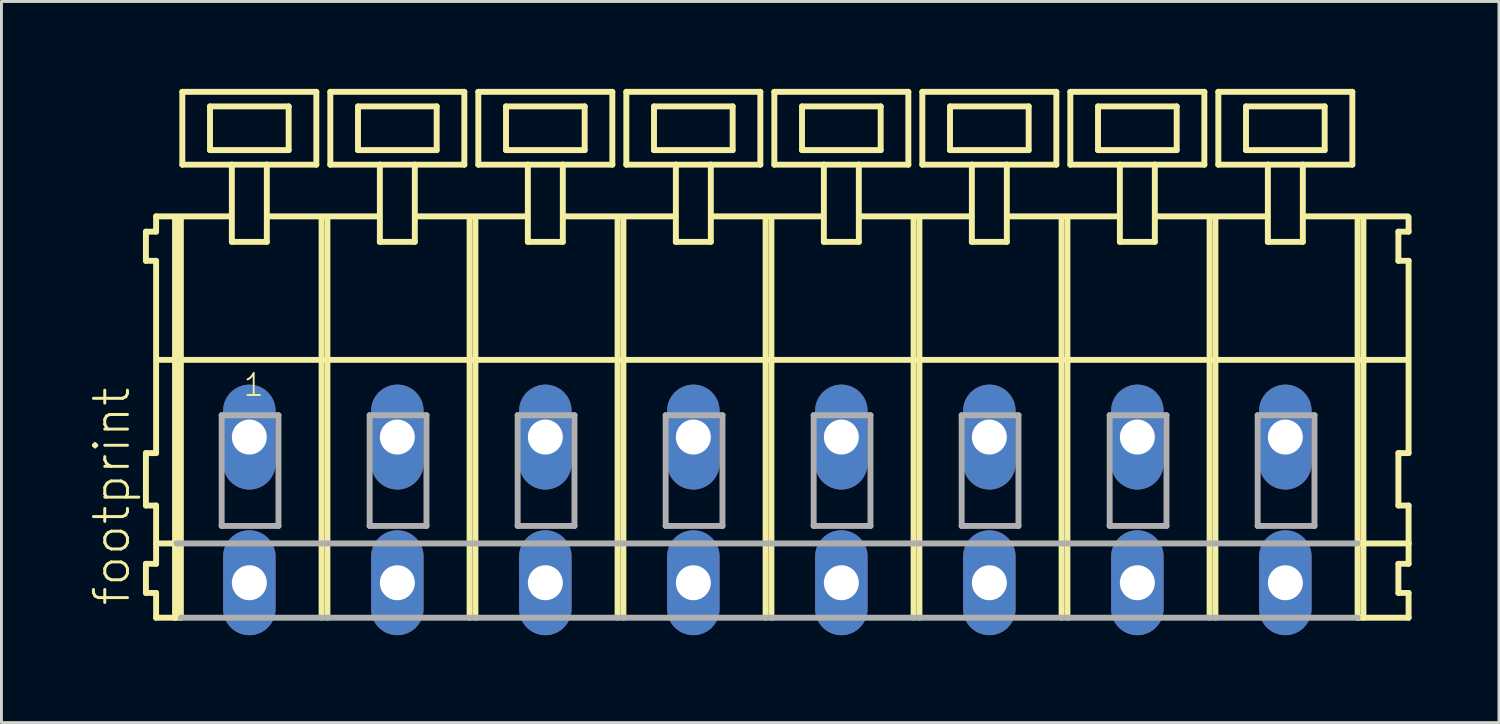
<source format=kicad_pcb>
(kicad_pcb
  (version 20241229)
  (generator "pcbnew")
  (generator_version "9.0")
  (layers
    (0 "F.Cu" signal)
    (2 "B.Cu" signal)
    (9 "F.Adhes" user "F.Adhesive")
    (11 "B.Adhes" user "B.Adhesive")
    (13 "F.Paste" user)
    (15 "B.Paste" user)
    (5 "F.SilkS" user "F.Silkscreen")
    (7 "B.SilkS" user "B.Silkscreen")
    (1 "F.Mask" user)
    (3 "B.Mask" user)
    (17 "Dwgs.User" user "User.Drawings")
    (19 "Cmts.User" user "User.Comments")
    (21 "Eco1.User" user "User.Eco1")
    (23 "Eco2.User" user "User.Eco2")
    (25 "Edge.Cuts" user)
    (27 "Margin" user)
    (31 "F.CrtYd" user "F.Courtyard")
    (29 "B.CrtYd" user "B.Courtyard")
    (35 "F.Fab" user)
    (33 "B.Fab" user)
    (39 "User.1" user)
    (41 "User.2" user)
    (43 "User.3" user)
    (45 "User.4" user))
  (footprint "footprint"
    (layer "F.Cu")
    (at 23.288 11.952)
    (property "Reference" "footprint" (at -21.815 5.855 90) (layer "F.SilkS") (effects (font (size 1.168 1.168) (thickness 0.102)) (justify left bottom)))
    (fp_line (start -21.33 -7.05) (end -21.33 -6.05) (stroke (width 0.203) (type solid)) (layer "F.SilkS"))
    (fp_line (start -21.33 -6.05) (end -20.98 -6.05) (stroke (width 0.203) (type solid)) (layer "F.SilkS"))
    (fp_line (start -21.33 0.55) (end -21.33 2.35) (stroke (width 0.203) (type solid)) (layer "F.SilkS"))
    (fp_line (start -21.33 2.35) (end -20.98 2.35) (stroke (width 0.203) (type solid)) (layer "F.SilkS"))
    (fp_line (start -21.33 4.35) (end -21.33 5.35) (stroke (width 0.203) (type solid)) (layer "F.SilkS"))
    (fp_line (start -21.33 5.35) (end -20.98 5.35) (stroke (width 0.203) (type solid)) (layer "F.SilkS"))
    (fp_line (start -20.98 -7.575) (end -20.98 -7.05) (stroke (width 0.203) (type solid)) (layer "F.SilkS"))
    (fp_line (start -20.98 -7.575) (end -18.405 -7.575) (stroke (width 0.203) (type solid)) (layer "F.SilkS"))
    (fp_line (start -20.98 -7.05) (end -21.33 -7.05) (stroke (width 0.203) (type solid)) (layer "F.SilkS"))
    (fp_line (start -20.98 -6.05) (end -20.98 0.55) (stroke (width 0.203) (type solid)) (layer "F.SilkS"))
    (fp_line (start -20.98 0.55) (end -21.33 0.55) (stroke (width 0.203) (type solid)) (layer "F.SilkS"))
    (fp_line (start -20.98 2.35) (end -20.98 4.35) (stroke (width 0.203) (type solid)) (layer "F.SilkS"))
    (fp_line (start -20.98 3.65) (end -20.28 3.65) (stroke (width 0.203) (type solid)) (layer "F.SilkS"))
    (fp_line (start -20.98 4.35) (end -21.33 4.35) (stroke (width 0.203) (type solid)) (layer "F.SilkS"))
    (fp_line (start -20.98 5.35) (end -20.98 6.2) (stroke (width 0.203) (type solid)) (layer "F.SilkS"))
    (fp_line (start -20.98 6.2) (end -20.33 6.2) (stroke (width 0.203) (type solid)) (layer "F.SilkS"))
    (fp_line (start -20.93 -2.65) (end 20.26 -2.65) (stroke (width 0.203) (type solid)) (layer "F.SilkS"))
    (fp_line (start -20.33 -7.55) (end -20.33 6.2) (stroke (width 0.203) (type solid)) (layer "F.SilkS"))
    (fp_line (start -20.33 6.2) (end -20.13 6.2) (stroke (width 0.203) (type solid)) (layer "F.SilkS"))
    (fp_line (start -20.13 -7.55) (end -20.13 6.2) (stroke (width 0.203) (type solid)) (layer "F.SilkS"))
    (fp_line (start -20.08 -11.85) (end -20.08 -9.35) (stroke (width 0.203) (type solid)) (layer "F.SilkS"))
    (fp_line (start -20.08 -9.35) (end -18.38 -9.35) (stroke (width 0.203) (type solid)) (layer "F.SilkS"))
    (fp_line (start -19.13 -11.35) (end -19.13 -9.85) (stroke (width 0.203) (type solid)) (layer "F.SilkS"))
    (fp_line (start -19.13 -9.85) (end -16.43 -9.85) (stroke (width 0.203) (type solid)) (layer "F.SilkS"))
    (fp_line (start -18.38 -9.35) (end -18.38 -6.7) (stroke (width 0.203) (type solid)) (layer "F.SilkS"))
    (fp_line (start -18.38 -9.35) (end -17.18 -9.35) (stroke (width 0.203) (type solid)) (layer "F.SilkS"))
    (fp_line (start -18.38 -6.7) (end -17.18 -6.7) (stroke (width 0.203) (type solid)) (layer "F.SilkS"))
    (fp_line (start -17.18 -9.35) (end -15.48 -9.35) (stroke (width 0.203) (type solid)) (layer "F.SilkS"))
    (fp_line (start -17.18 -6.7) (end -17.18 -9.35) (stroke (width 0.203) (type solid)) (layer "F.SilkS"))
    (fp_line (start -17.155 -7.575) (end -13.321 -7.575) (stroke (width 0.203) (type solid)) (layer "F.SilkS"))
    (fp_line (start -16.43 -11.35) (end -19.13 -11.35) (stroke (width 0.203) (type solid)) (layer "F.SilkS"))
    (fp_line (start -16.43 -9.85) (end -16.43 -11.35) (stroke (width 0.203) (type solid)) (layer "F.SilkS"))
    (fp_line (start -15.48 -11.85) (end -20.08 -11.85) (stroke (width 0.203) (type solid)) (layer "F.SilkS"))
    (fp_line (start -15.48 -9.35) (end -15.48 -11.85) (stroke (width 0.203) (type solid)) (layer "F.SilkS"))
    (fp_line (start -15.3 -7.55) (end -15.3 6.2) (stroke (width 0.203) (type solid)) (layer "F.SilkS"))
    (fp_line (start -15.1 -7.55) (end -15.1 6.2) (stroke (width 0.203) (type solid)) (layer "F.SilkS"))
    (fp_line (start -15 -11.85) (end -15 -9.35) (stroke (width 0.203) (type solid)) (layer "F.SilkS"))
    (fp_line (start -15 -9.35) (end -13.3 -9.35) (stroke (width 0.203) (type solid)) (layer "F.SilkS"))
    (fp_line (start -14.05 -11.35) (end -14.05 -9.85) (stroke (width 0.203) (type solid)) (layer "F.SilkS"))
    (fp_line (start -14.05 -9.85) (end -11.35 -9.85) (stroke (width 0.203) (type solid)) (layer "F.SilkS"))
    (fp_line (start -13.3 -9.35) (end -13.3 -6.7) (stroke (width 0.203) (type solid)) (layer "F.SilkS"))
    (fp_line (start -13.3 -9.35) (end -12.1 -9.35) (stroke (width 0.203) (type solid)) (layer "F.SilkS"))
    (fp_line (start -13.3 -6.7) (end -12.1 -6.7) (stroke (width 0.203) (type solid)) (layer "F.SilkS"))
    (fp_line (start -12.1 -9.35) (end -10.4 -9.35) (stroke (width 0.203) (type solid)) (layer "F.SilkS"))
    (fp_line (start -12.1 -6.7) (end -12.1 -9.35) (stroke (width 0.203) (type solid)) (layer "F.SilkS"))
    (fp_line (start -12.075 -7.575) (end -8.23 -7.575) (stroke (width 0.203) (type solid)) (layer "F.SilkS"))
    (fp_line (start -11.35 -11.35) (end -14.05 -11.35) (stroke (width 0.203) (type solid)) (layer "F.SilkS"))
    (fp_line (start -11.35 -9.85) (end -11.35 -11.35) (stroke (width 0.203) (type solid)) (layer "F.SilkS"))
    (fp_line (start -10.4 -11.85) (end -15 -11.85) (stroke (width 0.203) (type solid)) (layer "F.SilkS"))
    (fp_line (start -10.4 -9.35) (end -10.4 -11.85) (stroke (width 0.203) (type solid)) (layer "F.SilkS"))
    (fp_line (start -10.22 -7.55) (end -10.22 6.2) (stroke (width 0.203) (type solid)) (layer "F.SilkS"))
    (fp_line (start -10.02 -7.55) (end -10.02 6.2) (stroke (width 0.203) (type solid)) (layer "F.SilkS"))
    (fp_line (start -9.92 -11.85) (end -9.92 -9.35) (stroke (width 0.203) (type solid)) (layer "F.SilkS"))
    (fp_line (start -9.92 -9.35) (end -8.22 -9.35) (stroke (width 0.203) (type solid)) (layer "F.SilkS"))
    (fp_line (start -8.97 -11.35) (end -8.97 -9.85) (stroke (width 0.203) (type solid)) (layer "F.SilkS"))
    (fp_line (start -8.97 -9.85) (end -6.27 -9.85) (stroke (width 0.203) (type solid)) (layer "F.SilkS"))
    (fp_line (start -8.22 -9.35) (end -8.22 -6.7) (stroke (width 0.203) (type solid)) (layer "F.SilkS"))
    (fp_line (start -8.22 -9.35) (end -7.02 -9.35) (stroke (width 0.203) (type solid)) (layer "F.SilkS"))
    (fp_line (start -8.22 -6.7) (end -7.02 -6.7) (stroke (width 0.203) (type solid)) (layer "F.SilkS"))
    (fp_line (start -7.02 -9.35) (end -5.32 -9.35) (stroke (width 0.203) (type solid)) (layer "F.SilkS"))
    (fp_line (start -7.02 -6.7) (end -7.02 -9.35) (stroke (width 0.203) (type solid)) (layer "F.SilkS"))
    (fp_line (start -6.995 -7.575) (end -3.15 -7.575) (stroke (width 0.203) (type solid)) (layer "F.SilkS"))
    (fp_line (start -6.27 -11.35) (end -8.97 -11.35) (stroke (width 0.203) (type solid)) (layer "F.SilkS"))
    (fp_line (start -6.27 -9.85) (end -6.27 -11.35) (stroke (width 0.203) (type solid)) (layer "F.SilkS"))
    (fp_line (start -5.32 -11.85) (end -9.92 -11.85) (stroke (width 0.203) (type solid)) (layer "F.SilkS"))
    (fp_line (start -5.32 -9.35) (end -5.32 -11.85) (stroke (width 0.203) (type solid)) (layer "F.SilkS"))
    (fp_line (start -5.14 -7.55) (end -5.14 6.2) (stroke (width 0.203) (type solid)) (layer "F.SilkS"))
    (fp_line (start -4.94 -7.55) (end -4.94 6.2) (stroke (width 0.203) (type solid)) (layer "F.SilkS"))
    (fp_line (start -4.84 -11.85) (end -4.84 -9.35) (stroke (width 0.203) (type solid)) (layer "F.SilkS"))
    (fp_line (start -4.84 -9.35) (end -3.14 -9.35) (stroke (width 0.203) (type solid)) (layer "F.SilkS"))
    (fp_line (start -3.89 -11.35) (end -3.89 -9.85) (stroke (width 0.203) (type solid)) (layer "F.SilkS"))
    (fp_line (start -3.89 -9.85) (end -1.19 -9.85) (stroke (width 0.203) (type solid)) (layer "F.SilkS"))
    (fp_line (start -3.14 -9.35) (end -3.14 -6.7) (stroke (width 0.203) (type solid)) (layer "F.SilkS"))
    (fp_line (start -3.14 -9.35) (end -1.94 -9.35) (stroke (width 0.203) (type solid)) (layer "F.SilkS"))
    (fp_line (start -3.14 -6.7) (end -1.94 -6.7) (stroke (width 0.203) (type solid)) (layer "F.SilkS"))
    (fp_line (start -1.94 -9.35) (end -0.24 -9.35) (stroke (width 0.203) (type solid)) (layer "F.SilkS"))
    (fp_line (start -1.94 -6.7) (end -1.94 -9.35) (stroke (width 0.203) (type solid)) (layer "F.SilkS"))
    (fp_line (start -1.915 -7.575) (end 1.93 -7.575) (stroke (width 0.203) (type solid)) (layer "F.SilkS"))
    (fp_line (start -1.19 -11.35) (end -3.89 -11.35) (stroke (width 0.203) (type solid)) (layer "F.SilkS"))
    (fp_line (start -1.19 -9.85) (end -1.19 -11.35) (stroke (width 0.203) (type solid)) (layer "F.SilkS"))
    (fp_line (start -0.24 -11.85) (end -4.84 -11.85) (stroke (width 0.203) (type solid)) (layer "F.SilkS"))
    (fp_line (start -0.24 -9.35) (end -0.24 -11.85) (stroke (width 0.203) (type solid)) (layer "F.SilkS"))
    (fp_line (start -0.06 -7.55) (end -0.06 6.2) (stroke (width 0.203) (type solid)) (layer "F.SilkS"))
    (fp_line (start 0.14 -7.55) (end 0.14 6.2) (stroke (width 0.203) (type solid)) (layer "F.SilkS"))
    (fp_line (start 0.24 -11.85) (end 0.24 -9.35) (stroke (width 0.203) (type solid)) (layer "F.SilkS"))
    (fp_line (start 0.24 -9.35) (end 1.94 -9.35) (stroke (width 0.203) (type solid)) (layer "F.SilkS"))
    (fp_line (start 1.19 -11.35) (end 1.19 -9.85) (stroke (width 0.203) (type solid)) (layer "F.SilkS"))
    (fp_line (start 1.19 -9.85) (end 3.89 -9.85) (stroke (width 0.203) (type solid)) (layer "F.SilkS"))
    (fp_line (start 1.94 -9.35) (end 1.94 -6.7) (stroke (width 0.203) (type solid)) (layer "F.SilkS"))
    (fp_line (start 1.94 -9.35) (end 3.14 -9.35) (stroke (width 0.203) (type solid)) (layer "F.SilkS"))
    (fp_line (start 1.94 -6.7) (end 3.14 -6.7) (stroke (width 0.203) (type solid)) (layer "F.SilkS"))
    (fp_line (start 3.14 -9.35) (end 4.84 -9.35) (stroke (width 0.203) (type solid)) (layer "F.SilkS"))
    (fp_line (start 3.14 -6.7) (end 3.14 -9.35) (stroke (width 0.203) (type solid)) (layer "F.SilkS"))
    (fp_line (start 3.165 -7.575) (end 7.01 -7.575) (stroke (width 0.203) (type solid)) (layer "F.SilkS"))
    (fp_line (start 3.89 -11.35) (end 1.19 -11.35) (stroke (width 0.203) (type solid)) (layer "F.SilkS"))
    (fp_line (start 3.89 -9.85) (end 3.89 -11.35) (stroke (width 0.203) (type solid)) (layer "F.SilkS"))
    (fp_line (start 4.84 -11.85) (end 0.24 -11.85) (stroke (width 0.203) (type solid)) (layer "F.SilkS"))
    (fp_line (start 4.84 -9.35) (end 4.84 -11.85) (stroke (width 0.203) (type solid)) (layer "F.SilkS"))
    (fp_line (start 5.02 -7.55) (end 5.02 6.2) (stroke (width 0.203) (type solid)) (layer "F.SilkS"))
    (fp_line (start 5.22 -7.55) (end 5.22 6.2) (stroke (width 0.203) (type solid)) (layer "F.SilkS"))
    (fp_line (start 5.32 -11.85) (end 5.32 -9.35) (stroke (width 0.203) (type solid)) (layer "F.SilkS"))
    (fp_line (start 5.32 -9.35) (end 7.02 -9.35) (stroke (width 0.203) (type solid)) (layer "F.SilkS"))
    (fp_line (start 6.27 -11.35) (end 6.27 -9.85) (stroke (width 0.203) (type solid)) (layer "F.SilkS"))
    (fp_line (start 6.27 -9.85) (end 8.97 -9.85) (stroke (width 0.203) (type solid)) (layer "F.SilkS"))
    (fp_line (start 7.02 -9.35) (end 7.02 -6.7) (stroke (width 0.203) (type solid)) (layer "F.SilkS"))
    (fp_line (start 7.02 -9.35) (end 8.22 -9.35) (stroke (width 0.203) (type solid)) (layer "F.SilkS"))
    (fp_line (start 7.02 -6.7) (end 8.22 -6.7) (stroke (width 0.203) (type solid)) (layer "F.SilkS"))
    (fp_line (start 8.22 -9.35) (end 9.92 -9.35) (stroke (width 0.203) (type solid)) (layer "F.SilkS"))
    (fp_line (start 8.22 -6.7) (end 8.22 -9.35) (stroke (width 0.203) (type solid)) (layer "F.SilkS"))
    (fp_line (start 8.245 -7.575) (end 12.09 -7.575) (stroke (width 0.203) (type solid)) (layer "F.SilkS"))
    (fp_line (start 8.97 -11.35) (end 6.27 -11.35) (stroke (width 0.203) (type solid)) (layer "F.SilkS"))
    (fp_line (start 8.97 -9.85) (end 8.97 -11.35) (stroke (width 0.203) (type solid)) (layer "F.SilkS"))
    (fp_line (start 9.92 -11.85) (end 5.32 -11.85) (stroke (width 0.203) (type solid)) (layer "F.SilkS"))
    (fp_line (start 9.92 -9.35) (end 9.92 -11.85) (stroke (width 0.203) (type solid)) (layer "F.SilkS"))
    (fp_line (start 10.1 -7.55) (end 10.1 6.2) (stroke (width 0.203) (type solid)) (layer "F.SilkS"))
    (fp_line (start 10.3 -7.55) (end 10.3 6.2) (stroke (width 0.203) (type solid)) (layer "F.SilkS"))
    (fp_line (start 10.4 -11.85) (end 10.4 -9.35) (stroke (width 0.203) (type solid)) (layer "F.SilkS"))
    (fp_line (start 10.4 -9.35) (end 12.1 -9.35) (stroke (width 0.203) (type solid)) (layer "F.SilkS"))
    (fp_line (start 11.35 -11.35) (end 11.35 -9.85) (stroke (width 0.203) (type solid)) (layer "F.SilkS"))
    (fp_line (start 11.35 -9.85) (end 14.05 -9.85) (stroke (width 0.203) (type solid)) (layer "F.SilkS"))
    (fp_line (start 12.1 -9.35) (end 12.1 -6.7) (stroke (width 0.203) (type solid)) (layer "F.SilkS"))
    (fp_line (start 12.1 -9.35) (end 13.3 -9.35) (stroke (width 0.203) (type solid)) (layer "F.SilkS"))
    (fp_line (start 12.1 -6.7) (end 13.3 -6.7) (stroke (width 0.203) (type solid)) (layer "F.SilkS"))
    (fp_line (start 13.3 -9.35) (end 15 -9.35) (stroke (width 0.203) (type solid)) (layer "F.SilkS"))
    (fp_line (start 13.3 -6.7) (end 13.3 -9.35) (stroke (width 0.203) (type solid)) (layer "F.SilkS"))
    (fp_line (start 13.325 -7.575) (end 17.17 -7.575) (stroke (width 0.203) (type solid)) (layer "F.SilkS"))
    (fp_line (start 14.05 -11.35) (end 11.35 -11.35) (stroke (width 0.203) (type solid)) (layer "F.SilkS"))
    (fp_line (start 14.05 -9.85) (end 14.05 -11.35) (stroke (width 0.203) (type solid)) (layer "F.SilkS"))
    (fp_line (start 15 -11.85) (end 10.4 -11.85) (stroke (width 0.203) (type solid)) (layer "F.SilkS"))
    (fp_line (start 15 -9.35) (end 15 -11.85) (stroke (width 0.203) (type solid)) (layer "F.SilkS"))
    (fp_line (start 15.18 -7.55) (end 15.18 6.2) (stroke (width 0.203) (type solid)) (layer "F.SilkS"))
    (fp_line (start 15.38 -7.55) (end 15.38 6.2) (stroke (width 0.203) (type solid)) (layer "F.SilkS"))
    (fp_line (start 15.48 -11.85) (end 15.48 -9.35) (stroke (width 0.203) (type solid)) (layer "F.SilkS"))
    (fp_line (start 15.48 -9.35) (end 17.18 -9.35) (stroke (width 0.203) (type solid)) (layer "F.SilkS"))
    (fp_line (start 16.43 -11.35) (end 16.43 -9.85) (stroke (width 0.203) (type solid)) (layer "F.SilkS"))
    (fp_line (start 16.43 -9.85) (end 19.13 -9.85) (stroke (width 0.203) (type solid)) (layer "F.SilkS"))
    (fp_line (start 17.18 -9.35) (end 17.18 -6.7) (stroke (width 0.203) (type solid)) (layer "F.SilkS"))
    (fp_line (start 17.18 -9.35) (end 18.38 -9.35) (stroke (width 0.203) (type solid)) (layer "F.SilkS"))
    (fp_line (start 17.18 -6.7) (end 18.38 -6.7) (stroke (width 0.203) (type solid)) (layer "F.SilkS"))
    (fp_line (start 18.38 -9.35) (end 20.08 -9.35) (stroke (width 0.203) (type solid)) (layer "F.SilkS"))
    (fp_line (start 18.38 -6.7) (end 18.38 -9.35) (stroke (width 0.203) (type solid)) (layer "F.SilkS"))
    (fp_line (start 18.39 -7.575) (end 21.985 -7.575) (stroke (width 0.203) (type solid)) (layer "F.SilkS"))
    (fp_line (start 19.13 -11.35) (end 16.43 -11.35) (stroke (width 0.203) (type solid)) (layer "F.SilkS"))
    (fp_line (start 19.13 -9.85) (end 19.13 -11.35) (stroke (width 0.203) (type solid)) (layer "F.SilkS"))
    (fp_line (start 20.08 -11.85) (end 15.48 -11.85) (stroke (width 0.203) (type solid)) (layer "F.SilkS"))
    (fp_line (start 20.08 -9.35) (end 20.08 -11.85) (stroke (width 0.203) (type solid)) (layer "F.SilkS"))
    (fp_line (start 20.26 -7.55) (end 20.26 -2.65) (stroke (width 0.203) (type solid)) (layer "F.SilkS"))
    (fp_line (start 20.26 -2.65) (end 20.26 6.2) (stroke (width 0.203) (type solid)) (layer "F.SilkS"))
    (fp_line (start 20.26 -2.65) (end 21.96 -2.65) (stroke (width 0.203) (type solid)) (layer "F.SilkS"))
    (fp_line (start 20.26 6.2) (end 22.01 6.2) (stroke (width 0.203) (type solid)) (layer "F.SilkS"))
    (fp_line (start 20.31 3.65) (end 22.01 3.65) (stroke (width 0.203) (type solid)) (layer "F.SilkS"))
    (fp_line (start 20.46 -7.55) (end 20.46 6.2) (stroke (width 0.203) (type solid)) (layer "F.SilkS"))
    (fp_line (start 21.66 -7.05) (end 21.66 -6.05) (stroke (width 0.203) (type solid)) (layer "F.SilkS"))
    (fp_line (start 21.66 -6.05) (end 22.01 -6.05) (stroke (width 0.203) (type solid)) (layer "F.SilkS"))
    (fp_line (start 21.66 0.55) (end 21.66 2.35) (stroke (width 0.203) (type solid)) (layer "F.SilkS"))
    (fp_line (start 21.66 2.35) (end 22.01 2.35) (stroke (width 0.203) (type solid)) (layer "F.SilkS"))
    (fp_line (start 21.66 4.35) (end 21.66 5.35) (stroke (width 0.203) (type solid)) (layer "F.SilkS"))
    (fp_line (start 21.66 5.35) (end 22.01 5.35) (stroke (width 0.203) (type solid)) (layer "F.SilkS"))
    (fp_line (start 22.01 -7.05) (end 21.66 -7.05) (stroke (width 0.203) (type solid)) (layer "F.SilkS"))
    (fp_line (start 22.01 -7.05) (end 22.01 -7.55) (stroke (width 0.203) (type solid)) (layer "F.SilkS"))
    (fp_line (start 22.01 0.55) (end 21.66 0.55) (stroke (width 0.203) (type solid)) (layer "F.SilkS"))
    (fp_line (start 22.01 0.55) (end 22.01 -6.05) (stroke (width 0.203) (type solid)) (layer "F.SilkS"))
    (fp_line (start 22.01 3.65) (end 22.01 2.35) (stroke (width 0.203) (type solid)) (layer "F.SilkS"))
    (fp_line (start 22.01 4.35) (end 21.66 4.35) (stroke (width 0.203) (type solid)) (layer "F.SilkS"))
    (fp_line (start 22.01 4.35) (end 22.01 3.65) (stroke (width 0.203) (type solid)) (layer "F.SilkS"))
    (fp_line (start 22.01 6.2) (end 22.01 5.35) (stroke (width 0.203) (type solid)) (layer "F.SilkS"))
    (fp_line (start -20.28 3.65) (end 20.26 3.65) (stroke (width 0.203) (type solid)) (layer "F.Fab"))
    (fp_line (start -20.13 6.2) (end 20.26 6.2) (stroke (width 0.203) (type solid)) (layer "F.Fab"))
    (fp_line (start -18.73 -0.75) (end -18.73 3.05) (stroke (width 0.203) (type solid)) (layer "F.Fab"))
    (fp_line (start -18.73 3.05) (end -16.78 3.05) (stroke (width 0.203) (type solid)) (layer "F.Fab"))
    (fp_line (start -16.78 -0.75) (end -18.73 -0.75) (stroke (width 0.203) (type solid)) (layer "F.Fab"))
    (fp_line (start -16.78 3.05) (end -16.78 -0.75) (stroke (width 0.203) (type solid)) (layer "F.Fab"))
    (fp_line (start -13.65 -0.75) (end -13.65 3.05) (stroke (width 0.203) (type solid)) (layer "F.Fab"))
    (fp_line (start -13.65 3.05) (end -11.7 3.05) (stroke (width 0.203) (type solid)) (layer "F.Fab"))
    (fp_line (start -11.7 -0.75) (end -13.65 -0.75) (stroke (width 0.203) (type solid)) (layer "F.Fab"))
    (fp_line (start -11.7 3.05) (end -11.7 -0.75) (stroke (width 0.203) (type solid)) (layer "F.Fab"))
    (fp_line (start -8.57 -0.75) (end -8.57 3.05) (stroke (width 0.203) (type solid)) (layer "F.Fab"))
    (fp_line (start -8.57 3.05) (end -6.62 3.05) (stroke (width 0.203) (type solid)) (layer "F.Fab"))
    (fp_line (start -6.62 -0.75) (end -8.57 -0.75) (stroke (width 0.203) (type solid)) (layer "F.Fab"))
    (fp_line (start -6.62 3.05) (end -6.62 -0.75) (stroke (width 0.203) (type solid)) (layer "F.Fab"))
    (fp_line (start -3.49 -0.75) (end -3.49 3.05) (stroke (width 0.203) (type solid)) (layer "F.Fab"))
    (fp_line (start -3.49 3.05) (end -1.54 3.05) (stroke (width 0.203) (type solid)) (layer "F.Fab"))
    (fp_line (start -1.54 -0.75) (end -3.49 -0.75) (stroke (width 0.203) (type solid)) (layer "F.Fab"))
    (fp_line (start -1.54 3.05) (end -1.54 -0.75) (stroke (width 0.203) (type solid)) (layer "F.Fab"))
    (fp_line (start 1.59 -0.75) (end 1.59 3.05) (stroke (width 0.203) (type solid)) (layer "F.Fab"))
    (fp_line (start 1.59 3.05) (end 3.54 3.05) (stroke (width 0.203) (type solid)) (layer "F.Fab"))
    (fp_line (start 3.54 -0.75) (end 1.59 -0.75) (stroke (width 0.203) (type solid)) (layer "F.Fab"))
    (fp_line (start 3.54 3.05) (end 3.54 -0.75) (stroke (width 0.203) (type solid)) (layer "F.Fab"))
    (fp_line (start 6.67 -0.75) (end 6.67 3.05) (stroke (width 0.203) (type solid)) (layer "F.Fab"))
    (fp_line (start 6.67 3.05) (end 8.62 3.05) (stroke (width 0.203) (type solid)) (layer "F.Fab"))
    (fp_line (start 8.62 -0.75) (end 6.67 -0.75) (stroke (width 0.203) (type solid)) (layer "F.Fab"))
    (fp_line (start 8.62 3.05) (end 8.62 -0.75) (stroke (width 0.203) (type solid)) (layer "F.Fab"))
    (fp_line (start 11.75 -0.75) (end 11.75 3.05) (stroke (width 0.203) (type solid)) (layer "F.Fab"))
    (fp_line (start 11.75 3.05) (end 13.7 3.05) (stroke (width 0.203) (type solid)) (layer "F.Fab"))
    (fp_line (start 13.7 -0.75) (end 11.75 -0.75) (stroke (width 0.203) (type solid)) (layer "F.Fab"))
    (fp_line (start 13.7 3.05) (end 13.7 -0.75) (stroke (width 0.203) (type solid)) (layer "F.Fab"))
    (fp_line (start 16.83 -0.75) (end 16.83 3.05) (stroke (width 0.203) (type solid)) (layer "F.Fab"))
    (fp_line (start 16.83 3.05) (end 18.78 3.05) (stroke (width 0.203) (type solid)) (layer "F.Fab"))
    (fp_line (start 18.78 -0.75) (end 16.83 -0.75) (stroke (width 0.203) (type solid)) (layer "F.Fab"))
    (fp_line (start 18.78 3.05) (end 18.78 -0.75) (stroke (width 0.203) (type solid)) (layer "F.Fab"))
    (fp_text user "1" (at -18.03 -1.35 0) (layer "F.SilkS") (effects (font (size 0.748 0.748) (thickness 0.065)) (justify left bottom)))
    (pad "A1" thru_hole oval (at -17.78 0 90) (size 3.6 1.8) (drill 1.2) (layers "*.Cu" "*.Mask"))
    (pad "A2" thru_hole oval (at -12.7 0 90) (size 3.6 1.8) (drill 1.2) (layers "*.Cu" "*.Mask"))
    (pad "A3" thru_hole oval (at -7.62 0 90) (size 3.6 1.8) (drill 1.2) (layers "*.Cu" "*.Mask"))
    (pad "A4" thru_hole oval (at -2.54 0 90) (size 3.6 1.8) (drill 1.2) (layers "*.Cu" "*.Mask"))
    (pad "A5" thru_hole oval (at 2.54 0 90) (size 3.6 1.8) (drill 1.2) (layers "*.Cu" "*.Mask"))
    (pad "A6" thru_hole oval (at 7.62 0 90) (size 3.6 1.8) (drill 1.2) (layers "*.Cu" "*.Mask"))
    (pad "A7" thru_hole oval (at 12.7 0 90) (size 3.6 1.8) (drill 1.2) (layers "*.Cu" "*.Mask"))
    (pad "A8" thru_hole oval (at 17.78 0 90) (size 3.6 1.8) (drill 1.2) (layers "*.Cu" "*.Mask"))
    (pad "B1" thru_hole oval (at -17.78 5 90) (size 3.6 1.8) (drill 1.2) (layers "*.Cu" "*.Mask"))
    (pad "B2" thru_hole oval (at -12.7 5 90) (size 3.6 1.8) (drill 1.2) (layers "*.Cu" "*.Mask"))
    (pad "B3" thru_hole oval (at -7.62 5 90) (size 3.6 1.8) (drill 1.2) (layers "*.Cu" "*.Mask"))
    (pad "B4" thru_hole oval (at -2.54 5 90) (size 3.6 1.8) (drill 1.2) (layers "*.Cu" "*.Mask"))
    (pad "B5" thru_hole oval (at 2.54 5 90) (size 3.6 1.8) (drill 1.2) (layers "*.Cu" "*.Mask"))
    (pad "B6" thru_hole oval (at 7.62 5 90) (size 3.6 1.8) (drill 1.2) (layers "*.Cu" "*.Mask"))
    (pad "B7" thru_hole oval (at 12.7 5 90) (size 3.6 1.8) (drill 1.2) (layers "*.Cu" "*.Mask"))
    (pad "B8" thru_hole oval (at 17.78 5 90) (size 3.6 1.8) (drill 1.2) (layers "*.Cu" "*.Mask")))
  (gr_rect
    (start -3 -3)
    (end 48.4 21.752)
    (stroke (width 0.1) (type default))
    (fill no)
    (layer "Edge.Cuts")))
</source>
